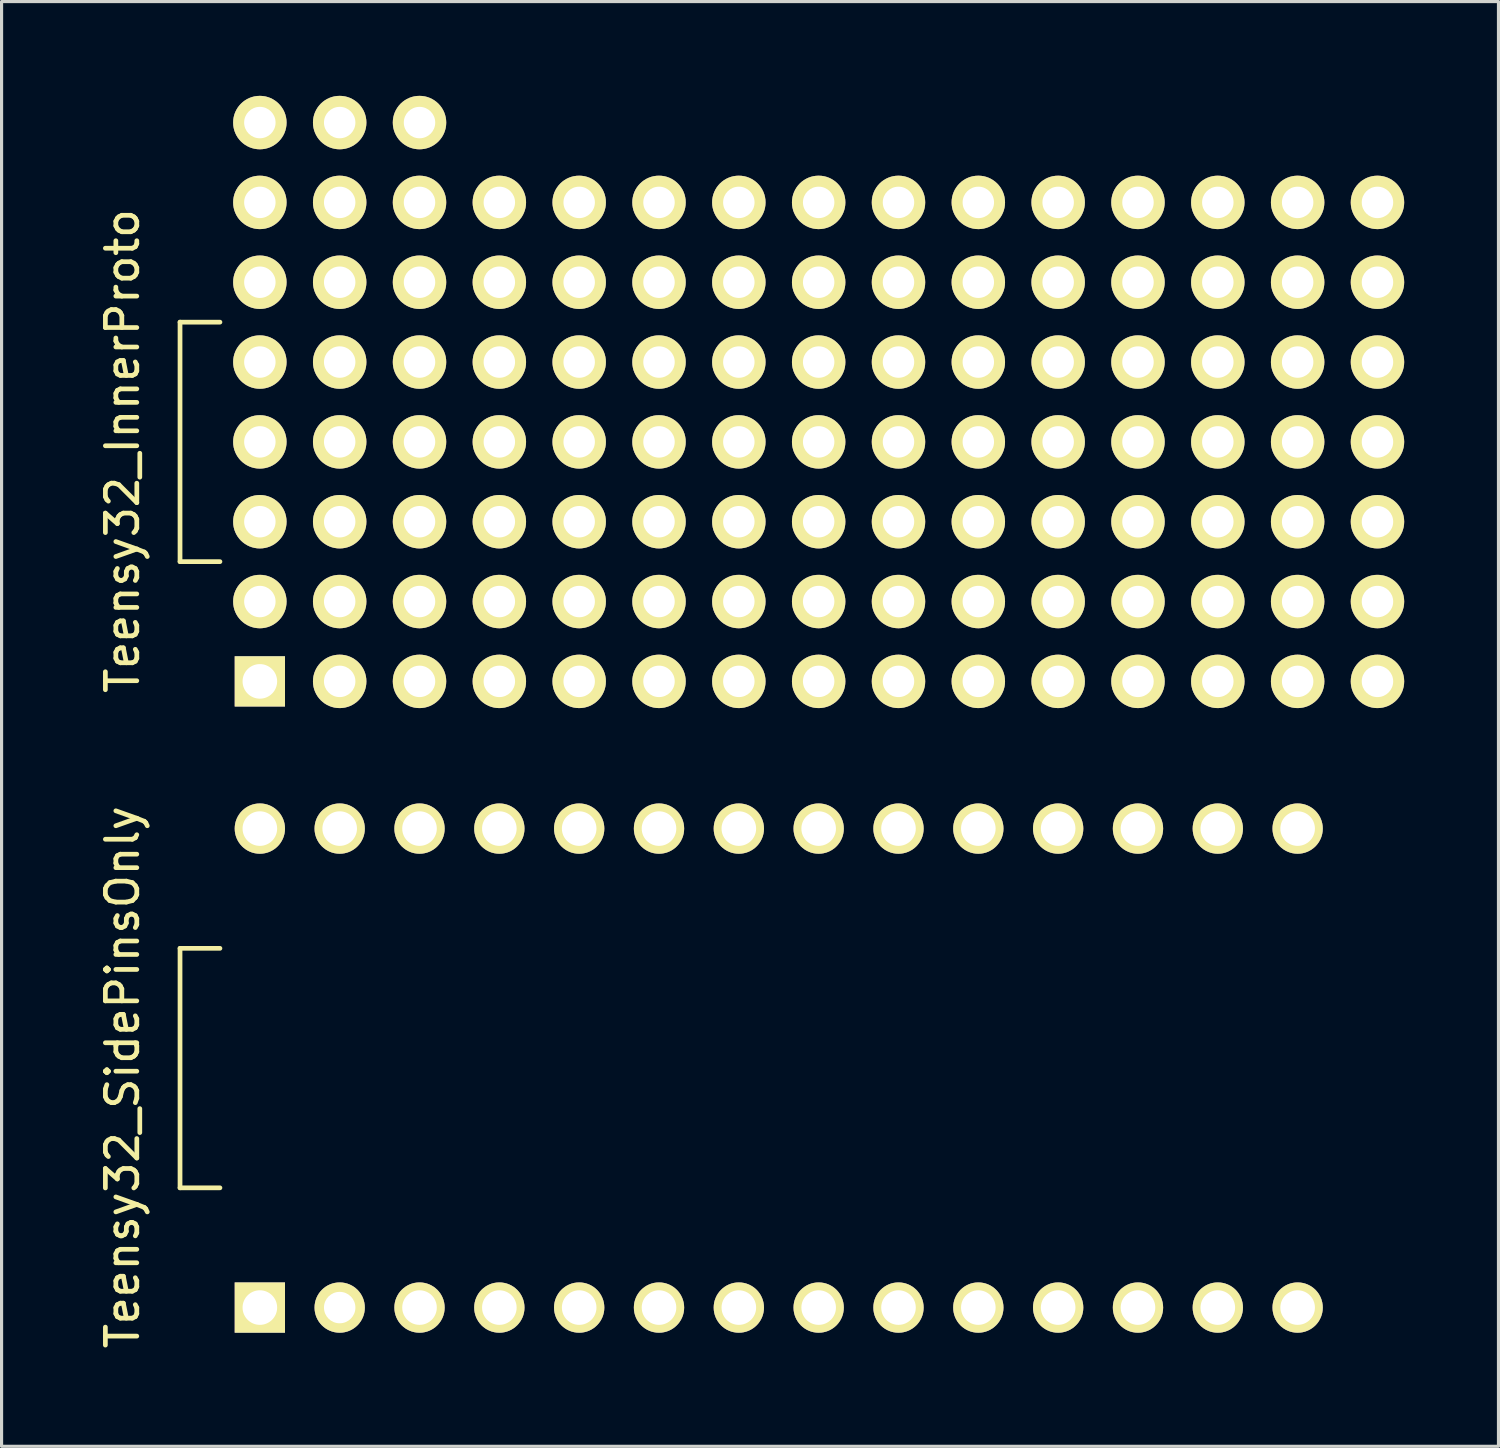
<source format=kicad_pcb>
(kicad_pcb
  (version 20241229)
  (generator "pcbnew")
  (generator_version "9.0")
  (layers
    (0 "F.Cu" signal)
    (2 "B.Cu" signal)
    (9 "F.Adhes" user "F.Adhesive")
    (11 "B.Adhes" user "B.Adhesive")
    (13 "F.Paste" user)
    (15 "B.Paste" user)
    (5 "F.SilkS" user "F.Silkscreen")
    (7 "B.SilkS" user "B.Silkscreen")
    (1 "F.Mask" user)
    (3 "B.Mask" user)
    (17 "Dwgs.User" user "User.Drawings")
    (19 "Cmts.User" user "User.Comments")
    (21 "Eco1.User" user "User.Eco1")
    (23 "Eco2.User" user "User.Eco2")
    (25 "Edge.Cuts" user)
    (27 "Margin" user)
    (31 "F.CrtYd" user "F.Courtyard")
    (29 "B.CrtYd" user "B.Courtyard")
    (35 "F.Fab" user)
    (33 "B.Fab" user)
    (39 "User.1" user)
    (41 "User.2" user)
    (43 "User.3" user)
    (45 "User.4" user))
  (footprint "Teensy32_SidePinsOnly"
    (layer "F.Cu")
    (at 21.728 30.934)
    (property "Reference" "Teensy32_SidePinsOnly" (at -20.88 0.29 90) (layer "F.SilkS") (effects (font (size 1 1) (thickness 0.15))))
    (attr through_hole)
    (fp_line (start -19.05 -3.81) (end -17.78 -3.81) (stroke (width 0.15) (type solid)) (layer "F.SilkS"))
    (fp_line (start -19.05 3.81) (end -19.05 -3.81) (stroke (width 0.15) (type solid)) (layer "F.SilkS"))
    (fp_line (start -17.78 3.81) (end -19.05 3.81) (stroke (width 0.15) (type solid)) (layer "F.SilkS"))
    (pad "1" thru_hole rect (at -16.51 7.62) (size 1.6 1.6) (drill 1.1) (layers "*.Cu" "*.Mask" "F.SilkS"))
    (pad "2" thru_hole circle (at -13.97 7.62) (size 1.6 1.6) (drill 1) (layers "*.Cu" "*.Mask" "F.SilkS"))
    (pad "3" thru_hole circle (at -11.43 7.62) (size 1.6 1.6) (drill 1.1) (layers "*.Cu" "*.Mask" "F.SilkS"))
    (pad "4" thru_hole circle (at -8.89 7.62) (size 1.6 1.6) (drill 1.1) (layers "*.Cu" "*.Mask" "F.SilkS"))
    (pad "5" thru_hole circle (at -6.35 7.62) (size 1.6 1.6) (drill 1.1) (layers "*.Cu" "*.Mask" "F.SilkS"))
    (pad "6" thru_hole circle (at -3.81 7.62) (size 1.6 1.6) (drill 1.1) (layers "*.Cu" "*.Mask" "F.SilkS"))
    (pad "7" thru_hole circle (at -1.27 7.62) (size 1.6 1.6) (drill 1.1) (layers "*.Cu" "*.Mask" "F.SilkS"))
    (pad "8" thru_hole circle (at 1.27 7.62) (size 1.6 1.6) (drill 1.1) (layers "*.Cu" "*.Mask" "F.SilkS"))
    (pad "9" thru_hole circle (at 3.81 7.62) (size 1.6 1.6) (drill 1.1) (layers "*.Cu" "*.Mask" "F.SilkS"))
    (pad "10" thru_hole circle (at 6.35 7.62) (size 1.6 1.6) (drill 1.1) (layers "*.Cu" "*.Mask" "F.SilkS"))
    (pad "11" thru_hole circle (at 8.89 7.62) (size 1.6 1.6) (drill 1.1) (layers "*.Cu" "*.Mask" "F.SilkS"))
    (pad "12" thru_hole circle (at 11.43 7.62) (size 1.6 1.6) (drill 1.1) (layers "*.Cu" "*.Mask" "F.SilkS"))
    (pad "13" thru_hole circle (at 13.97 7.62) (size 1.6 1.6) (drill 1.1) (layers "*.Cu" "*.Mask" "F.SilkS"))
    (pad "14" thru_hole circle (at 16.51 7.62) (size 1.6 1.6) (drill 1.1) (layers "*.Cu" "*.Mask" "F.SilkS"))
    (pad "20" thru_hole circle (at 16.51 -7.62) (size 1.6 1.6) (drill 1.1) (layers "*.Cu" "*.Mask" "F.SilkS"))
    (pad "21" thru_hole circle (at 13.97 -7.62) (size 1.6 1.6) (drill 1.1) (layers "*.Cu" "*.Mask" "F.SilkS"))
    (pad "22" thru_hole circle (at 11.43 -7.62) (size 1.6 1.6) (drill 1.1) (layers "*.Cu" "*.Mask" "F.SilkS"))
    (pad "23" thru_hole circle (at 8.89 -7.62) (size 1.6 1.6) (drill 1.1) (layers "*.Cu" "*.Mask" "F.SilkS"))
    (pad "24" thru_hole circle (at 6.35 -7.62) (size 1.6 1.6) (drill 1.1) (layers "*.Cu" "*.Mask" "F.SilkS"))
    (pad "25" thru_hole circle (at 3.81 -7.62) (size 1.6 1.6) (drill 1.1) (layers "*.Cu" "*.Mask" "F.SilkS"))
    (pad "26" thru_hole circle (at 1.27 -7.62) (size 1.6 1.6) (drill 1.1) (layers "*.Cu" "*.Mask" "F.SilkS"))
    (pad "27" thru_hole circle (at -1.27 -7.62) (size 1.6 1.6) (drill 1.1) (layers "*.Cu" "*.Mask" "F.SilkS"))
    (pad "28" thru_hole circle (at -3.81 -7.62) (size 1.6 1.6) (drill 1.1) (layers "*.Cu" "*.Mask" "F.SilkS"))
    (pad "29" thru_hole circle (at -6.35 -7.62) (size 1.6 1.6) (drill 1.1) (layers "*.Cu" "*.Mask" "F.SilkS"))
    (pad "30" thru_hole circle (at -8.89 -7.62) (size 1.6 1.6) (drill 1.1) (layers "*.Cu" "*.Mask" "F.SilkS"))
    (pad "31" thru_hole circle (at -11.43 -7.62) (size 1.6 1.6) (drill 1.1) (layers "*.Cu" "*.Mask" "F.SilkS"))
    (pad "32" thru_hole circle (at -13.97 -7.62) (size 1.6 1.6) (drill 1.1) (layers "*.Cu" "*.Mask" "F.SilkS"))
    (pad "33" thru_hole circle (at -16.51 -7.62) (size 1.6 1.6) (drill 1.1) (layers "*.Cu" "*.Mask" "F.SilkS")))
  (footprint "Teensy32_InnerProto"
    (layer "F.Cu")
    (at 21.728 11.01)
    (property "Reference" "Teensy32_InnerProto" (at -20.88 0.29 90) (layer "F.SilkS") (effects (font (size 1 1) (thickness 0.15))))
    (attr through_hole)
    (fp_line (start -19.05 -3.81) (end -17.78 -3.81) (stroke (width 0.15) (type solid)) (layer "F.SilkS"))
    (fp_line (start -19.05 3.81) (end -19.05 -3.81) (stroke (width 0.15) (type solid)) (layer "F.SilkS"))
    (fp_line (start -17.78 3.81) (end -19.05 3.81) (stroke (width 0.15) (type solid)) (layer "F.SilkS"))
    (pad "" thru_hole circle (at -16.51 -2.54) (size 1.7 1.7) (drill 1) (layers "*.Cu" "*.Mask" "F.SilkS"))
    (pad "" thru_hole circle (at -16.51 0) (size 1.7 1.7) (drill 1) (layers "*.Cu" "*.Mask" "F.SilkS"))
    (pad "" thru_hole circle (at -16.51 2.54) (size 1.7 1.7) (drill 1) (layers "*.Cu" "*.Mask" "F.SilkS"))
    (pad "" thru_hole circle (at -13.97 0) (size 1.7 1.7) (drill 1) (layers "*.Cu" "*.Mask" "F.SilkS"))
    (pad "" thru_hole circle (at -13.97 2.54) (size 1.7 1.7) (drill 1) (layers "*.Cu" "*.Mask" "F.SilkS"))
    (pad "" thru_hole circle (at -11.43 -2.54) (size 1.7 1.7) (drill 1) (layers "*.Cu" "*.Mask" "F.SilkS"))
    (pad "" thru_hole circle (at -11.43 0) (size 1.7 1.7) (drill 1) (layers "*.Cu" "*.Mask" "F.SilkS"))
    (pad "" thru_hole circle (at -11.43 2.54) (size 1.7 1.7) (drill 1) (layers "*.Cu" "*.Mask" "F.SilkS"))
    (pad "" thru_hole circle (at -8.89 0) (size 1.7 1.7) (drill 1) (layers "*.Cu" "*.Mask" "F.SilkS"))
    (pad "" thru_hole circle (at -8.89 2.54) (size 1.7 1.7) (drill 1) (layers "*.Cu" "*.Mask" "F.SilkS"))
    (pad "" thru_hole circle (at -6.35 0) (size 1.7 1.7) (drill 1) (layers "*.Cu" "*.Mask" "F.SilkS"))
    (pad "" thru_hole circle (at -6.35 2.54) (size 1.7 1.7) (drill 1) (layers "*.Cu" "*.Mask" "F.SilkS"))
    (pad "" thru_hole circle (at -3.81 0) (size 1.7 1.7) (drill 1) (layers "*.Cu" "*.Mask" "F.SilkS"))
    (pad "" thru_hole circle (at -3.81 2.54) (size 1.7 1.7) (drill 1) (layers "*.Cu" "*.Mask" "F.SilkS"))
    (pad "" thru_hole circle (at -1.27 -2.54) (size 1.7 1.7) (drill 1) (layers "*.Cu" "*.Mask" "F.SilkS"))
    (pad "" thru_hole circle (at -1.27 0) (size 1.7 1.7) (drill 1) (layers "*.Cu" "*.Mask" "F.SilkS"))
    (pad "" thru_hole circle (at -1.27 2.54) (size 1.7 1.7) (drill 1) (layers "*.Cu" "*.Mask" "F.SilkS"))
    (pad "" thru_hole circle (at 1.27 -2.54) (size 1.7 1.7) (drill 1) (layers "*.Cu" "*.Mask" "F.SilkS"))
    (pad "" thru_hole circle (at 1.27 0) (size 1.7 1.7) (drill 1) (layers "*.Cu" "*.Mask" "F.SilkS"))
    (pad "" thru_hole circle (at 1.27 2.54) (size 1.7 1.7) (drill 1) (layers "*.Cu" "*.Mask" "F.SilkS"))
    (pad "" thru_hole circle (at 3.81 -2.54) (size 1.7 1.7) (drill 1) (layers "*.Cu" "*.Mask" "F.SilkS"))
    (pad "" thru_hole circle (at 3.81 0) (size 1.7 1.7) (drill 1) (layers "*.Cu" "*.Mask" "F.SilkS"))
    (pad "" thru_hole circle (at 3.81 2.54) (size 1.7 1.7) (drill 1) (layers "*.Cu" "*.Mask" "F.SilkS"))
    (pad "" thru_hole circle (at 6.35 -2.54) (size 1.7 1.7) (drill 1) (layers "*.Cu" "*.Mask" "F.SilkS"))
    (pad "" thru_hole circle (at 6.35 0) (size 1.7 1.7) (drill 1) (layers "*.Cu" "*.Mask" "F.SilkS"))
    (pad "" thru_hole circle (at 6.35 2.54) (size 1.7 1.7) (drill 1) (layers "*.Cu" "*.Mask" "F.SilkS"))
    (pad "" thru_hole circle (at 8.89 -2.54) (size 1.7 1.7) (drill 1) (layers "*.Cu" "*.Mask" "F.SilkS"))
    (pad "" thru_hole circle (at 8.89 0) (size 1.7 1.7) (drill 1) (layers "*.Cu" "*.Mask" "F.SilkS"))
    (pad "" thru_hole circle (at 8.89 2.54) (size 1.7 1.7) (drill 1) (layers "*.Cu" "*.Mask" "F.SilkS"))
    (pad "" thru_hole circle (at 11.43 -2.54) (size 1.7 1.7) (drill 1) (layers "*.Cu" "*.Mask" "F.SilkS"))
    (pad "" thru_hole circle (at 11.43 0) (size 1.7 1.7) (drill 1) (layers "*.Cu" "*.Mask" "F.SilkS"))
    (pad "" thru_hole circle (at 11.43 2.54) (size 1.7 1.7) (drill 1) (layers "*.Cu" "*.Mask" "F.SilkS"))
    (pad "" thru_hole circle (at 13.97 -2.54) (size 1.7 1.7) (drill 1) (layers "*.Cu" "*.Mask" "F.SilkS"))
    (pad "" thru_hole circle (at 13.97 0) (size 1.7 1.7) (drill 1) (layers "*.Cu" "*.Mask" "F.SilkS"))
    (pad "" thru_hole circle (at 13.97 2.54) (size 1.7 1.7) (drill 1) (layers "*.Cu" "*.Mask" "F.SilkS"))
    (pad "1" thru_hole circle (at -16.51 5.08) (size 1.7 1.7) (drill 1) (layers "*.Cu" "*.Mask" "F.SilkS"))
    (pad "1" thru_hole rect (at -16.51 7.62) (size 1.6 1.6) (drill 1.1) (layers "*.Cu" "*.Mask" "F.SilkS"))
    (pad "2" thru_hole circle (at -13.97 5.08) (size 1.7 1.7) (drill 1) (layers "*.Cu" "*.Mask" "F.SilkS"))
    (pad "2" thru_hole circle (at -13.97 7.62) (size 1.7 1.7) (drill 1) (layers "*.Cu" "*.Mask" "F.SilkS"))
    (pad "3" thru_hole circle (at -11.43 5.08) (size 1.7 1.7) (drill 1) (layers "*.Cu" "*.Mask" "F.SilkS"))
    (pad "3" thru_hole circle (at -11.43 7.62) (size 1.7 1.7) (drill 1) (layers "*.Cu" "*.Mask" "F.SilkS"))
    (pad "4" thru_hole circle (at -8.89 5.08) (size 1.7 1.7) (drill 1) (layers "*.Cu" "*.Mask" "F.SilkS"))
    (pad "4" thru_hole circle (at -8.89 7.62) (size 1.7 1.7) (drill 1) (layers "*.Cu" "*.Mask" "F.SilkS"))
    (pad "5" thru_hole circle (at -6.35 5.08) (size 1.7 1.7) (drill 1) (layers "*.Cu" "*.Mask" "F.SilkS"))
    (pad "5" thru_hole circle (at -6.35 7.62) (size 1.7 1.7) (drill 1) (layers "*.Cu" "*.Mask" "F.SilkS"))
    (pad "6" thru_hole circle (at -3.81 5.08) (size 1.7 1.7) (drill 1) (layers "*.Cu" "*.Mask" "F.SilkS"))
    (pad "6" thru_hole circle (at -3.81 7.62) (size 1.7 1.7) (drill 1) (layers "*.Cu" "*.Mask" "F.SilkS"))
    (pad "7" thru_hole circle (at -1.27 5.08) (size 1.7 1.7) (drill 1) (layers "*.Cu" "*.Mask" "F.SilkS"))
    (pad "7" thru_hole circle (at -1.27 7.62) (size 1.7 1.7) (drill 1) (layers "*.Cu" "*.Mask" "F.SilkS"))
    (pad "8" thru_hole circle (at 1.27 5.08) (size 1.7 1.7) (drill 1) (layers "*.Cu" "*.Mask" "F.SilkS"))
    (pad "8" thru_hole circle (at 1.27 7.62) (size 1.7 1.7) (drill 1) (layers "*.Cu" "*.Mask" "F.SilkS"))
    (pad "9" thru_hole circle (at 3.81 5.08) (size 1.7 1.7) (drill 1) (layers "*.Cu" "*.Mask" "F.SilkS"))
    (pad "9" thru_hole circle (at 3.81 7.62) (size 1.7 1.7) (drill 1) (layers "*.Cu" "*.Mask" "F.SilkS"))
    (pad "10" thru_hole circle (at 6.35 5.08) (size 1.7 1.7) (drill 1) (layers "*.Cu" "*.Mask" "F.SilkS"))
    (pad "10" thru_hole circle (at 6.35 7.62) (size 1.7 1.7) (drill 1) (layers "*.Cu" "*.Mask" "F.SilkS"))
    (pad "11" thru_hole circle (at 8.89 5.08) (size 1.7 1.7) (drill 1) (layers "*.Cu" "*.Mask" "F.SilkS"))
    (pad "11" thru_hole circle (at 8.89 7.62) (size 1.7 1.7) (drill 1) (layers "*.Cu" "*.Mask" "F.SilkS"))
    (pad "12" thru_hole circle (at 11.43 5.08) (size 1.7 1.7) (drill 1) (layers "*.Cu" "*.Mask" "F.SilkS"))
    (pad "12" thru_hole circle (at 11.43 7.62) (size 1.7 1.7) (drill 1) (layers "*.Cu" "*.Mask" "F.SilkS"))
    (pad "13" thru_hole circle (at 13.97 5.08) (size 1.7 1.7) (drill 1) (layers "*.Cu" "*.Mask" "F.SilkS"))
    (pad "13" thru_hole circle (at 13.97 7.62) (size 1.7 1.7) (drill 1) (layers "*.Cu" "*.Mask" "F.SilkS"))
    (pad "14" thru_hole circle (at 16.51 7.62) (size 1.7 1.7) (drill 1) (layers "*.Cu" "*.Mask" "F.SilkS"))
    (pad "14" thru_hole circle (at 19.05 7.62) (size 1.7 1.7) (drill 1) (layers "*.Cu" "*.Mask" "F.SilkS"))
    (pad "15" thru_hole circle (at 16.51 5.08) (size 1.7 1.7) (drill 1) (layers "*.Cu" "*.Mask" "F.SilkS"))
    (pad "15" thru_hole circle (at 19.05 5.08) (size 1.7 1.7) (drill 1) (layers "*.Cu" "*.Mask" "F.SilkS"))
    (pad "16" thru_hole circle (at 16.51 2.54) (size 1.7 1.7) (drill 1) (layers "*.Cu" "*.Mask" "F.SilkS"))
    (pad "16" thru_hole circle (at 19.05 2.54) (size 1.7 1.7) (drill 1) (layers "*.Cu" "*.Mask" "F.SilkS"))
    (pad "17" thru_hole circle (at 16.51 0) (size 1.7 1.7) (drill 1) (layers "*.Cu" "*.Mask" "F.SilkS"))
    (pad "17" thru_hole circle (at 19.05 0) (size 1.7 1.7) (drill 1) (layers "*.Cu" "*.Mask" "F.SilkS"))
    (pad "18" thru_hole circle (at 16.51 -2.54) (size 1.7 1.7) (drill 1) (layers "*.Cu" "*.Mask" "F.SilkS"))
    (pad "18" thru_hole circle (at 19.05 -2.54) (size 1.7 1.7) (drill 1) (layers "*.Cu" "*.Mask" "F.SilkS"))
    (pad "19" thru_hole circle (at 16.51 -5.08) (size 1.7 1.7) (drill 1) (layers "*.Cu" "*.Mask" "F.SilkS"))
    (pad "19" thru_hole circle (at 19.05 -5.08) (size 1.7 1.7) (drill 1) (layers "*.Cu" "*.Mask" "F.SilkS"))
    (pad "20" thru_hole circle (at 16.51 -7.62) (size 1.7 1.7) (drill 1) (layers "*.Cu" "*.Mask" "F.SilkS"))
    (pad "20" thru_hole circle (at 19.05 -7.62) (size 1.7 1.7) (drill 1) (layers "*.Cu" "*.Mask" "F.SilkS"))
    (pad "21" thru_hole circle (at 13.97 -7.62) (size 1.7 1.7) (drill 1) (layers "*.Cu" "*.Mask" "F.SilkS"))
    (pad "21" thru_hole circle (at 13.97 -5.08) (size 1.7 1.7) (drill 1) (layers "*.Cu" "*.Mask" "F.SilkS"))
    (pad "22" thru_hole circle (at 11.43 -7.62) (size 1.7 1.7) (drill 1) (layers "*.Cu" "*.Mask" "F.SilkS"))
    (pad "22" thru_hole circle (at 11.43 -5.08) (size 1.7 1.7) (drill 1) (layers "*.Cu" "*.Mask" "F.SilkS"))
    (pad "23" thru_hole circle (at 8.89 -7.62) (size 1.7 1.7) (drill 1) (layers "*.Cu" "*.Mask" "F.SilkS"))
    (pad "23" thru_hole circle (at 8.89 -5.08) (size 1.7 1.7) (drill 1) (layers "*.Cu" "*.Mask" "F.SilkS"))
    (pad "24" thru_hole circle (at 6.35 -7.62) (size 1.7 1.7) (drill 1) (layers "*.Cu" "*.Mask" "F.SilkS"))
    (pad "24" thru_hole circle (at 6.35 -5.08) (size 1.7 1.7) (drill 1) (layers "*.Cu" "*.Mask" "F.SilkS"))
    (pad "25" thru_hole circle (at 3.81 -7.62) (size 1.7 1.7) (drill 1) (layers "*.Cu" "*.Mask" "F.SilkS"))
    (pad "25" thru_hole circle (at 3.81 -5.08) (size 1.7 1.7) (drill 1) (layers "*.Cu" "*.Mask" "F.SilkS"))
    (pad "26" thru_hole circle (at 1.27 -7.62) (size 1.7 1.7) (drill 1) (layers "*.Cu" "*.Mask" "F.SilkS"))
    (pad "26" thru_hole circle (at 1.27 -5.08) (size 1.7 1.7) (drill 1) (layers "*.Cu" "*.Mask" "F.SilkS"))
    (pad "27" thru_hole circle (at -1.27 -7.62) (size 1.7 1.7) (drill 1) (layers "*.Cu" "*.Mask" "F.SilkS"))
    (pad "27" thru_hole circle (at -1.27 -5.08) (size 1.7 1.7) (drill 1) (layers "*.Cu" "*.Mask" "F.SilkS"))
    (pad "28" thru_hole circle (at -3.81 -7.62) (size 1.7 1.7) (drill 1) (layers "*.Cu" "*.Mask" "F.SilkS"))
    (pad "29" thru_hole circle (at -6.35 -7.62) (size 1.7 1.7) (drill 1) (layers "*.Cu" "*.Mask" "F.SilkS"))
    (pad "30" thru_hole circle (at -8.89 -7.62) (size 1.7 1.7) (drill 1) (layers "*.Cu" "*.Mask" "F.SilkS"))
    (pad "31" thru_hole circle (at -11.43 -10.16) (size 1.7 1.7) (drill 1) (layers "*.Cu" "*.Mask" "F.SilkS"))
    (pad "31" thru_hole circle (at -11.43 -7.62) (size 1.7 1.7) (drill 1) (layers "*.Cu" "*.Mask" "F.SilkS"))
    (pad "31" thru_hole circle (at -11.43 -5.08) (size 1.7 1.7) (drill 1) (layers "*.Cu" "*.Mask" "F.SilkS"))
    (pad "32" thru_hole circle (at -13.97 -10.16) (size 1.7 1.7) (drill 1) (layers "*.Cu" "*.Mask" "F.SilkS"))
    (pad "32" thru_hole circle (at -13.97 -7.62) (size 1.7 1.7) (drill 1) (layers "*.Cu" "*.Mask" "F.SilkS"))
    (pad "33" thru_hole circle (at -16.51 -10.16) (size 1.7 1.7) (drill 1) (layers "*.Cu" "*.Mask" "F.SilkS"))
    (pad "33" thru_hole circle (at -16.51 -7.62) (size 1.7 1.7) (drill 1) (layers "*.Cu" "*.Mask" "F.SilkS"))
    (pad "33" thru_hole circle (at -16.51 -5.08) (size 1.7 1.7) (drill 1) (layers "*.Cu" "*.Mask" "F.SilkS"))
    (pad "34" thru_hole circle (at -13.97 -5.08) (size 1.7 1.7) (drill 1) (layers "*.Cu" "*.Mask" "F.SilkS"))
    (pad "34" thru_hole circle (at -13.97 -2.54) (size 1.7 1.7) (drill 1) (layers "*.Cu" "*.Mask" "F.SilkS"))
    (pad "35" thru_hole circle (at -8.89 -5.08) (size 1.7 1.7) (drill 1) (layers "*.Cu" "*.Mask" "F.SilkS"))
    (pad "35" thru_hole circle (at -8.89 -2.54) (size 1.7 1.7) (drill 1) (layers "*.Cu" "*.Mask" "F.SilkS"))
    (pad "36" thru_hole circle (at -6.35 -5.08) (size 1.7 1.7) (drill 1) (layers "*.Cu" "*.Mask" "F.SilkS"))
    (pad "36" thru_hole circle (at -6.35 -2.54) (size 1.7 1.7) (drill 1) (layers "*.Cu" "*.Mask" "F.SilkS"))
    (pad "37" thru_hole circle (at -3.81 -5.08) (size 1.7 1.7) (drill 1) (layers "*.Cu" "*.Mask" "F.SilkS"))
    (pad "37" thru_hole circle (at -3.81 -2.54) (size 1.7 1.7) (drill 1) (layers "*.Cu" "*.Mask" "F.SilkS")))
  (gr_rect
    (start -3 -3)
    (end 44.628 42.968)
    (stroke (width 0.1) (type default))
    (fill no)
    (layer "Edge.Cuts")))
</source>
